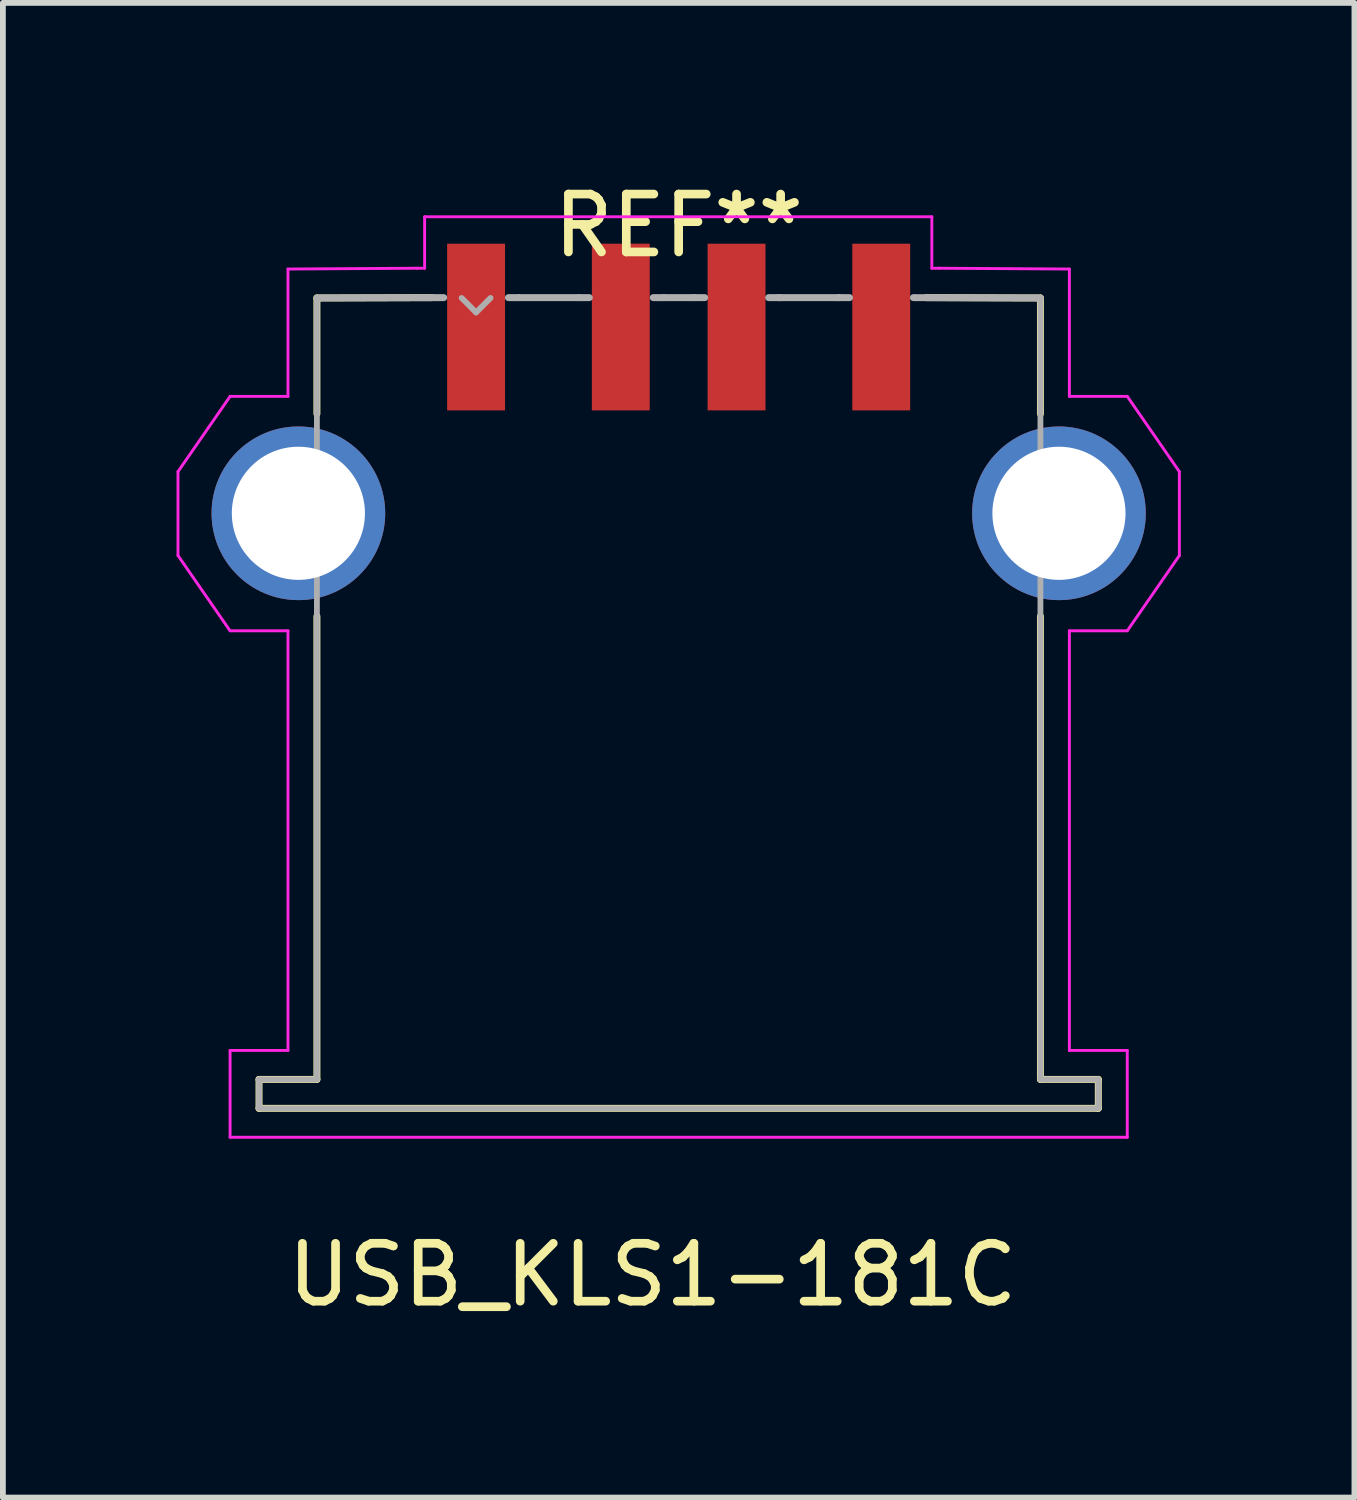
<source format=kicad_pcb>
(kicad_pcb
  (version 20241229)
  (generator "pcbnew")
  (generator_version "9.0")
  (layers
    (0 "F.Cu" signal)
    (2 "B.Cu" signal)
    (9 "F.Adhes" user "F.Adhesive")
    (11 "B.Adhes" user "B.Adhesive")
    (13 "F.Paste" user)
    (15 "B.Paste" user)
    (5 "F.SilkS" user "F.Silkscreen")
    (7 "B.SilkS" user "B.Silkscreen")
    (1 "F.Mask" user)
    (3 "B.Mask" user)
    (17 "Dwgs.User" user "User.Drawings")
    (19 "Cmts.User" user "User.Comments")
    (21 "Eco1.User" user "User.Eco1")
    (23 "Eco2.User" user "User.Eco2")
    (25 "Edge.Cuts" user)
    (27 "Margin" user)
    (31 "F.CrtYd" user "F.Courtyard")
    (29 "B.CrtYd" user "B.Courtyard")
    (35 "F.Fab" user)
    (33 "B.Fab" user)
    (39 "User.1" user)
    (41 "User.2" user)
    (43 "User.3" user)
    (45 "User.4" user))
  (footprint "USB_KLS1-181C"
    (layer "F.Cu")
    (at 5.175 3.108)
    (property "Reference" "USB_KLS1-181C" (at 3.048 15.867 0) (layer "F.SilkS") (effects (font (size 1 1) (thickness 0.15))))
    (attr through_hole)
    (fp_line (start -3.75 12.49) (end -3.75 12.99) (stroke (width 0.12) (type solid)) (layer "F.SilkS"))
    (fp_line (start -3.75 12.99) (end 10.75 12.99) (stroke (width 0.12) (type solid)) (layer "F.SilkS"))
    (fp_line (start -2.75 -1.01) (end -0.762 -1.016) (stroke (width 0.12) (type solid)) (layer "F.SilkS"))
    (fp_line (start -2.75 0.99) (end -2.75 -1.01) (stroke (width 0.12) (type solid)) (layer "F.SilkS"))
    (fp_line (start -2.75 4.49) (end -2.75 12.49) (stroke (width 0.12) (type solid)) (layer "F.SilkS"))
    (fp_line (start -2.75 12.49) (end -3.75 12.49) (stroke (width 0.12) (type solid)) (layer "F.SilkS"))
    (fp_line (start 9.75 -1.01) (end 7.772 -1.016) (stroke (width 0.12) (type solid)) (layer "F.SilkS"))
    (fp_line (start 9.75 0.99) (end 9.75 -1.01) (stroke (width 0.12) (type solid)) (layer "F.SilkS"))
    (fp_line (start 9.75 12.49) (end 9.75 4.49) (stroke (width 0.12) (type solid)) (layer "F.SilkS"))
    (fp_line (start 10.75 12.49) (end 9.75 12.49) (stroke (width 0.12) (type solid)) (layer "F.SilkS"))
    (fp_line (start 10.75 12.99) (end 10.75 12.49) (stroke (width 0.12) (type solid)) (layer "F.SilkS"))
    (fp_line (start -5.15 1.99) (end -5.15 3.44) (stroke (width 0.05) (type solid)) (layer "F.CrtYd"))
    (fp_line (start -5.15 1.99) (end -4.25 0.69) (stroke (width 0.05) (type solid)) (layer "F.CrtYd"))
    (fp_line (start -5.15 3.44) (end -4.25 4.74) (stroke (width 0.05) (type solid)) (layer "F.CrtYd"))
    (fp_line (start -4.25 11.99) (end -4.25 13.49) (stroke (width 0.05) (type solid)) (layer "F.CrtYd"))
    (fp_line (start -4.25 13.49) (end 11.25 13.49) (stroke (width 0.05) (type solid)) (layer "F.CrtYd"))
    (fp_line (start -3.25 -1.51) (end -1.016 -1.524) (stroke (width 0.05) (type solid)) (layer "F.CrtYd"))
    (fp_line (start -3.25 0.69) (end -4.25 0.69) (stroke (width 0.05) (type solid)) (layer "F.CrtYd"))
    (fp_line (start -3.25 0.69) (end -3.25 -1.51) (stroke (width 0.05) (type solid)) (layer "F.CrtYd"))
    (fp_line (start -3.25 4.74) (end -4.25 4.74) (stroke (width 0.05) (type solid)) (layer "F.CrtYd"))
    (fp_line (start -3.25 4.74) (end -3.25 11.99) (stroke (width 0.05) (type solid)) (layer "F.CrtYd"))
    (fp_line (start -3.25 11.99) (end -4.25 11.99) (stroke (width 0.05) (type solid)) (layer "F.CrtYd"))
    (fp_line (start -1.016 -1.524) (end -0.889 -1.524) (stroke (width 0.05) (type solid)) (layer "F.CrtYd"))
    (fp_line (start -0.889 -1.524) (end -0.889 -2.413) (stroke (width 0.05) (type solid)) (layer "F.CrtYd"))
    (fp_line (start 7.874 -2.413) (end -0.889 -2.413) (stroke (width 0.05) (type solid)) (layer "F.CrtYd"))
    (fp_line (start 7.874 -1.524) (end 7.874 -2.413) (stroke (width 0.05) (type solid)) (layer "F.CrtYd"))
    (fp_line (start 8.001 -1.524) (end 7.874 -1.524) (stroke (width 0.05) (type solid)) (layer "F.CrtYd"))
    (fp_line (start 10.25 -1.51) (end 8.001 -1.524) (stroke (width 0.05) (type solid)) (layer "F.CrtYd"))
    (fp_line (start 10.25 0.69) (end 10.25 -1.51) (stroke (width 0.05) (type solid)) (layer "F.CrtYd"))
    (fp_line (start 10.25 0.69) (end 11.25 0.69) (stroke (width 0.05) (type solid)) (layer "F.CrtYd"))
    (fp_line (start 10.25 4.74) (end 11.25 4.74) (stroke (width 0.05) (type solid)) (layer "F.CrtYd"))
    (fp_line (start 10.25 11.99) (end 10.25 4.74) (stroke (width 0.05) (type solid)) (layer "F.CrtYd"))
    (fp_line (start 11.25 11.99) (end 10.25 11.99) (stroke (width 0.05) (type solid)) (layer "F.CrtYd"))
    (fp_line (start 11.25 13.49) (end 11.25 11.99) (stroke (width 0.05) (type solid)) (layer "F.CrtYd"))
    (fp_line (start 12.15 1.99) (end 11.25 0.69) (stroke (width 0.05) (type solid)) (layer "F.CrtYd"))
    (fp_line (start 12.15 1.99) (end 12.15 3.44) (stroke (width 0.05) (type solid)) (layer "F.CrtYd"))
    (fp_line (start 12.15 3.44) (end 11.25 4.74) (stroke (width 0.05) (type solid)) (layer "F.CrtYd"))
    (fp_line (start -3.75 12.49) (end -2.75 12.49) (stroke (width 0.1) (type solid)) (layer "F.Fab"))
    (fp_line (start -3.75 12.99) (end -3.75 12.49) (stroke (width 0.1) (type solid)) (layer "F.Fab"))
    (fp_line (start -3.75 12.99) (end 10.75 12.99) (stroke (width 0.1) (type solid)) (layer "F.Fab"))
    (fp_line (start -2.75 12.49) (end -2.75 -1.01) (stroke (width 0.1) (type solid)) (layer "F.Fab"))
    (fp_line (start -0.762 -1.016) (end -2.75 -1.01) (stroke (width 0.12) (type solid)) (layer "F.Fab"))
    (fp_line (start -0.559 -1.016) (end -0.762 -1.016) (stroke (width 0.12) (type solid)) (layer "F.Fab"))
    (fp_line (start -0.25 -1.01) (end 0 -0.76) (stroke (width 0.1) (type solid)) (layer "F.Fab"))
    (fp_line (start 0 -0.76) (end 0.25 -1.01) (stroke (width 0.1) (type solid)) (layer "F.Fab"))
    (fp_line (start 0.559 -1.016) (end 0.737 -1.016) (stroke (width 0.12) (type solid)) (layer "F.Fab"))
    (fp_line (start 0.737 -1.016) (end 1.778 -1.016) (stroke (width 0.12) (type solid)) (layer "F.Fab"))
    (fp_line (start 1.778 -1.016) (end 1.956 -1.016) (stroke (width 0.12) (type solid)) (layer "F.Fab"))
    (fp_line (start 3.061 -1.016) (end 3.239 -1.016) (stroke (width 0.12) (type solid)) (layer "F.Fab"))
    (fp_line (start 3.239 -1.016) (end 3.734 -1.016) (stroke (width 0.12) (type solid)) (layer "F.Fab"))
    (fp_line (start 3.772 -1.016) (end 3.747 -1.016) (stroke (width 0.12) (type solid)) (layer "F.Fab"))
    (fp_line (start 3.95 -1.016) (end 3.772 -1.016) (stroke (width 0.12) (type solid)) (layer "F.Fab"))
    (fp_line (start 5.055 -1.016) (end 5.232 -1.016) (stroke (width 0.12) (type solid)) (layer "F.Fab"))
    (fp_line (start 5.232 -1.016) (end 5.245 -1.016) (stroke (width 0.12) (type solid)) (layer "F.Fab"))
    (fp_line (start 5.232 -1.016) (end 6.261 -1.016) (stroke (width 0.12) (type solid)) (layer "F.Fab"))
    (fp_line (start 6.274 -1.016) (end 6.261 -1.016) (stroke (width 0.12) (type solid)) (layer "F.Fab"))
    (fp_line (start 6.452 -1.016) (end 6.274 -1.016) (stroke (width 0.12) (type solid)) (layer "F.Fab"))
    (fp_line (start 9.75 -1.01) (end 7.556 -1.016) (stroke (width 0.12) (type solid)) (layer "F.Fab"))
    (fp_line (start 9.75 12.49) (end 9.75 -1.01) (stroke (width 0.1) (type solid)) (layer "F.Fab"))
    (fp_line (start 9.75 12.49) (end 10.75 12.49) (stroke (width 0.1) (type solid)) (layer "F.Fab"))
    (fp_line (start 10.75 12.49) (end 10.75 12.99) (stroke (width 0.1) (type solid)) (layer "F.Fab"))
    (fp_text user "REF**" (at 3.5 -2.26 0) (layer "F.SilkS") (effects (font (size 1 1) (thickness 0.15))))
    (pad "1" smd rect (at 0 -0.508) (size 1 2.88) (layers "F.Cu" "F.Mask" "F.Paste"))
    (pad "2" smd rect (at 2.5 -0.508) (size 1 2.88) (layers "F.Cu" "F.Mask" "F.Paste"))
    (pad "3" smd rect (at 4.5 -0.508) (size 1 2.88) (layers "F.Cu" "F.Mask" "F.Paste"))
    (pad "4" smd rect (at 7 -0.508) (size 1 2.88) (layers "F.Cu" "F.Mask" "F.Paste"))
    (pad "5" thru_hole circle (at -3.07 2.71) (size 3 3) (drill 2.3) (layers "*.Cu" "*.Mask"))
    (pad "5" thru_hole circle (at 10.07 2.71) (size 3 3) (drill 2.3) (layers "*.Cu" "*.Mask")))
  (gr_rect
    (start -3 -3)
    (end 20.35 22.823)
    (stroke (width 0.1) (type default))
    (fill no)
    (layer "Edge.Cuts")))
</source>
